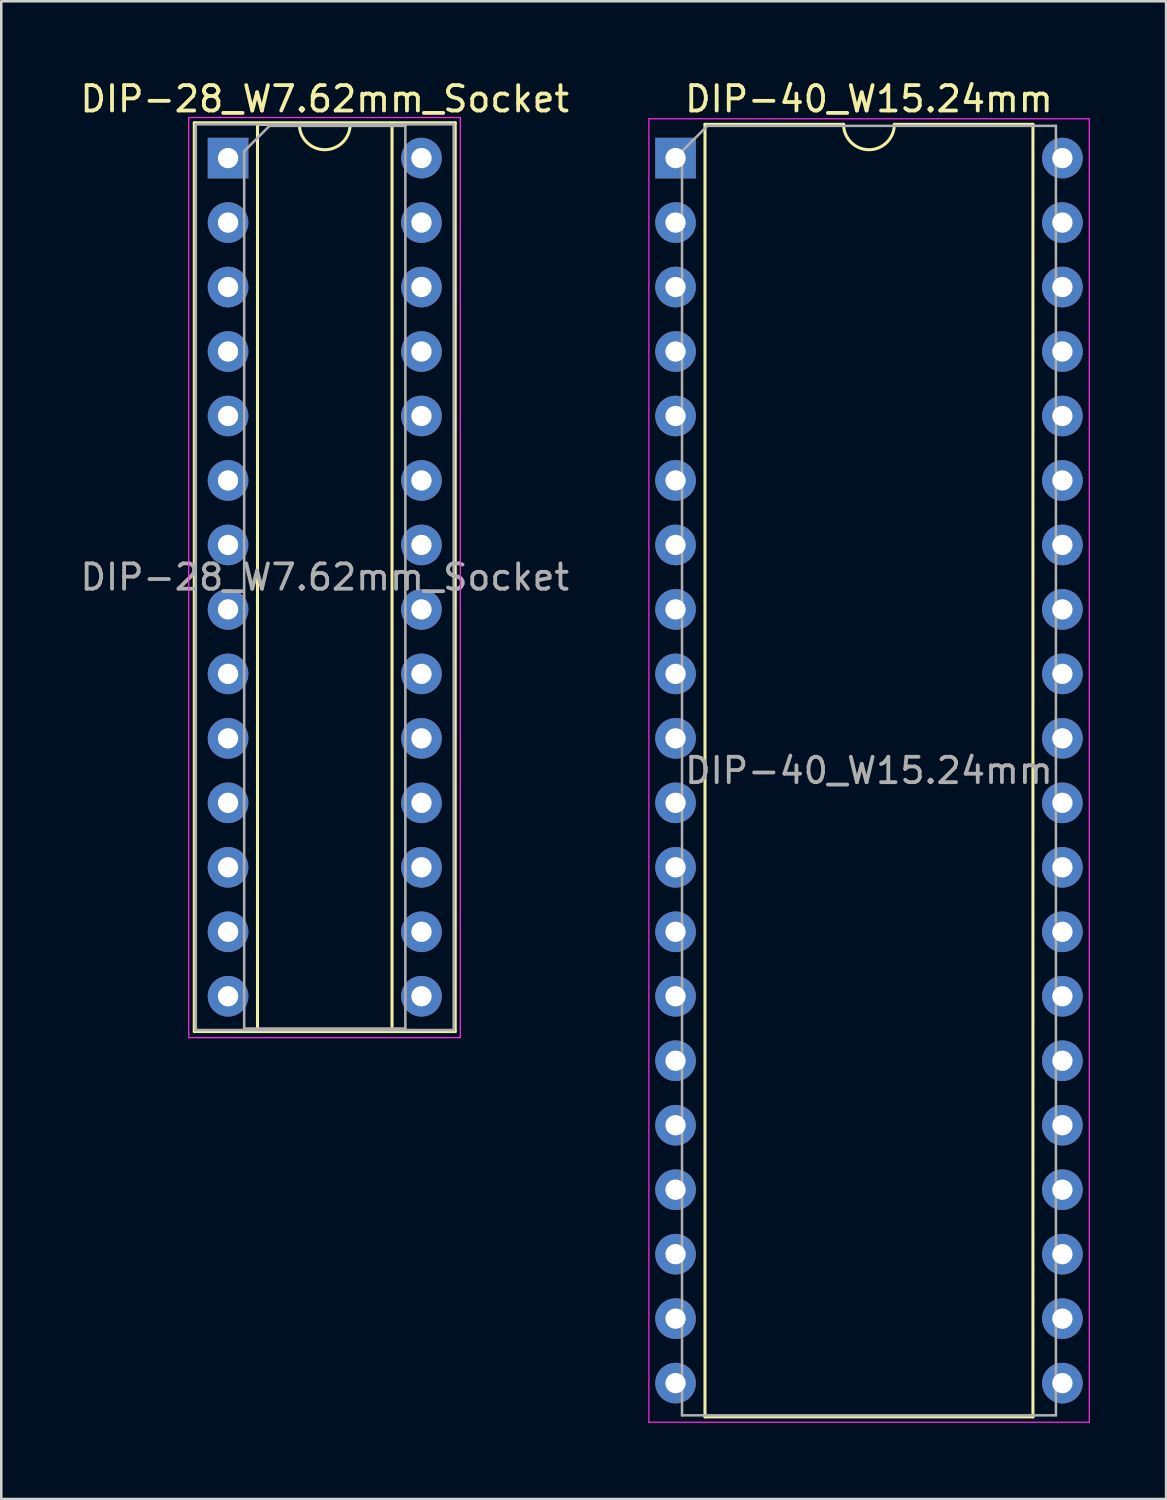
<source format=kicad_pcb>
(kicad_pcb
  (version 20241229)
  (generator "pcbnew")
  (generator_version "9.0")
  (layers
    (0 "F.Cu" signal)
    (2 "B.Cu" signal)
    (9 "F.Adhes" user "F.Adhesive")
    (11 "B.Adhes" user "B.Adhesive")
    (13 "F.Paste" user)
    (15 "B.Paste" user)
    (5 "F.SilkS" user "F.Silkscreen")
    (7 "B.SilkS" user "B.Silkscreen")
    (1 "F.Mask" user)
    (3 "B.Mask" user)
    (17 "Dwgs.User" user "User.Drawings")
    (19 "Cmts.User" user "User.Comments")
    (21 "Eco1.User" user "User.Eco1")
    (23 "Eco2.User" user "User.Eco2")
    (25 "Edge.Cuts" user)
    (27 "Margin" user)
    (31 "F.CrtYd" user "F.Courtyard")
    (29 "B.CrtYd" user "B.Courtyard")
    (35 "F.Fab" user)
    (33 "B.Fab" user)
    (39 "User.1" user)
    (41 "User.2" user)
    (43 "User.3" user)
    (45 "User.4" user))
  (footprint "DIP-28_W7.62mm_Socket"
    (layer "F.Cu")
    (at 5.934 3.178)
    (property "Reference" "DIP-28_W7.62mm_Socket" (at 3.81 -2.33 0) (layer "F.SilkS") (effects (font (size 1 1) (thickness 0.15))))
    (attr through_hole)
    (fp_line (start -1.33 -1.39) (end -1.33 34.41) (stroke (width 0.12) (type solid)) (layer "F.SilkS"))
    (fp_line (start -1.33 34.41) (end 8.95 34.41) (stroke (width 0.12) (type solid)) (layer "F.SilkS"))
    (fp_line (start 1.16 -1.33) (end 1.16 34.35) (stroke (width 0.12) (type solid)) (layer "F.SilkS"))
    (fp_line (start 1.16 34.35) (end 6.46 34.35) (stroke (width 0.12) (type solid)) (layer "F.SilkS"))
    (fp_line (start 2.81 -1.33) (end 1.16 -1.33) (stroke (width 0.12) (type solid)) (layer "F.SilkS"))
    (fp_line (start 6.46 -1.33) (end 4.81 -1.33) (stroke (width 0.12) (type solid)) (layer "F.SilkS"))
    (fp_line (start 6.46 34.35) (end 6.46 -1.33) (stroke (width 0.12) (type solid)) (layer "F.SilkS"))
    (fp_line (start 8.95 -1.39) (end -1.33 -1.39) (stroke (width 0.12) (type solid)) (layer "F.SilkS"))
    (fp_line (start 8.95 34.41) (end 8.95 -1.39) (stroke (width 0.12) (type solid)) (layer "F.SilkS"))
    (fp_arc (start 4.81 -1.33) (mid 3.81 -0.33) (end 2.81 -1.33) (stroke (width 0.12) (type solid)) (layer "F.SilkS"))
    (fp_line (start -1.55 -1.6) (end -1.55 34.65) (stroke (width 0.05) (type solid)) (layer "F.CrtYd"))
    (fp_line (start -1.55 34.65) (end 9.15 34.65) (stroke (width 0.05) (type solid)) (layer "F.CrtYd"))
    (fp_line (start 9.15 -1.6) (end -1.55 -1.6) (stroke (width 0.05) (type solid)) (layer "F.CrtYd"))
    (fp_line (start 9.15 34.65) (end 9.15 -1.6) (stroke (width 0.05) (type solid)) (layer "F.CrtYd"))
    (fp_line (start -1.27 -1.33) (end -1.27 34.35) (stroke (width 0.1) (type solid)) (layer "F.Fab"))
    (fp_line (start -1.27 34.35) (end 8.89 34.35) (stroke (width 0.1) (type solid)) (layer "F.Fab"))
    (fp_line (start 0.635 -0.27) (end 1.635 -1.27) (stroke (width 0.1) (type solid)) (layer "F.Fab"))
    (fp_line (start 0.635 34.29) (end 0.635 -0.27) (stroke (width 0.1) (type solid)) (layer "F.Fab"))
    (fp_line (start 1.635 -1.27) (end 6.985 -1.27) (stroke (width 0.1) (type solid)) (layer "F.Fab"))
    (fp_line (start 6.985 -1.27) (end 6.985 34.29) (stroke (width 0.1) (type solid)) (layer "F.Fab"))
    (fp_line (start 6.985 34.29) (end 0.635 34.29) (stroke (width 0.1) (type solid)) (layer "F.Fab"))
    (fp_line (start 8.89 -1.33) (end -1.27 -1.33) (stroke (width 0.1) (type solid)) (layer "F.Fab"))
    (fp_line (start 8.89 34.35) (end 8.89 -1.33) (stroke (width 0.1) (type solid)) (layer "F.Fab"))
    (fp_text user "${REFERENCE}" (at 3.81 16.51 0) (layer "F.Fab") (effects (font (size 1 1) (thickness 0.15))))
    (pad "1" thru_hole rect (at 0 0) (size 1.6 1.6) (drill 0.8) (layers "*.Cu" "*.Mask"))
    (pad "2" thru_hole oval (at 0 2.54) (size 1.6 1.6) (drill 0.8) (layers "*.Cu" "*.Mask"))
    (pad "3" thru_hole oval (at 0 5.08) (size 1.6 1.6) (drill 0.8) (layers "*.Cu" "*.Mask"))
    (pad "4" thru_hole oval (at 0 7.62) (size 1.6 1.6) (drill 0.8) (layers "*.Cu" "*.Mask"))
    (pad "5" thru_hole oval (at 0 10.16) (size 1.6 1.6) (drill 0.8) (layers "*.Cu" "*.Mask"))
    (pad "6" thru_hole oval (at 0 12.7) (size 1.6 1.6) (drill 0.8) (layers "*.Cu" "*.Mask"))
    (pad "7" thru_hole oval (at 0 15.24) (size 1.6 1.6) (drill 0.8) (layers "*.Cu" "*.Mask"))
    (pad "8" thru_hole oval (at 0 17.78) (size 1.6 1.6) (drill 0.8) (layers "*.Cu" "*.Mask"))
    (pad "9" thru_hole oval (at 0 20.32) (size 1.6 1.6) (drill 0.8) (layers "*.Cu" "*.Mask"))
    (pad "10" thru_hole oval (at 0 22.86) (size 1.6 1.6) (drill 0.8) (layers "*.Cu" "*.Mask"))
    (pad "11" thru_hole oval (at 0 25.4) (size 1.6 1.6) (drill 0.8) (layers "*.Cu" "*.Mask"))
    (pad "12" thru_hole oval (at 0 27.94) (size 1.6 1.6) (drill 0.8) (layers "*.Cu" "*.Mask"))
    (pad "13" thru_hole oval (at 0 30.48) (size 1.6 1.6) (drill 0.8) (layers "*.Cu" "*.Mask"))
    (pad "14" thru_hole oval (at 0 33.02) (size 1.6 1.6) (drill 0.8) (layers "*.Cu" "*.Mask"))
    (pad "15" thru_hole oval (at 7.62 33.02) (size 1.6 1.6) (drill 0.8) (layers "*.Cu" "*.Mask"))
    (pad "16" thru_hole oval (at 7.62 30.48) (size 1.6 1.6) (drill 0.8) (layers "*.Cu" "*.Mask"))
    (pad "17" thru_hole oval (at 7.62 27.94) (size 1.6 1.6) (drill 0.8) (layers "*.Cu" "*.Mask"))
    (pad "18" thru_hole oval (at 7.62 25.4) (size 1.6 1.6) (drill 0.8) (layers "*.Cu" "*.Mask"))
    (pad "19" thru_hole oval (at 7.62 22.86) (size 1.6 1.6) (drill 0.8) (layers "*.Cu" "*.Mask"))
    (pad "20" thru_hole oval (at 7.62 20.32) (size 1.6 1.6) (drill 0.8) (layers "*.Cu" "*.Mask"))
    (pad "21" thru_hole oval (at 7.62 17.78) (size 1.6 1.6) (drill 0.8) (layers "*.Cu" "*.Mask"))
    (pad "22" thru_hole oval (at 7.62 15.24) (size 1.6 1.6) (drill 0.8) (layers "*.Cu" "*.Mask"))
    (pad "23" thru_hole oval (at 7.62 12.7) (size 1.6 1.6) (drill 0.8) (layers "*.Cu" "*.Mask"))
    (pad "24" thru_hole oval (at 7.62 10.16) (size 1.6 1.6) (drill 0.8) (layers "*.Cu" "*.Mask"))
    (pad "25" thru_hole oval (at 7.62 7.62) (size 1.6 1.6) (drill 0.8) (layers "*.Cu" "*.Mask"))
    (pad "26" thru_hole oval (at 7.62 5.08) (size 1.6 1.6) (drill 0.8) (layers "*.Cu" "*.Mask"))
    (pad "27" thru_hole oval (at 7.62 2.54) (size 1.6 1.6) (drill 0.8) (layers "*.Cu" "*.Mask"))
    (pad "28" thru_hole oval (at 7.62 0) (size 1.6 1.6) (drill 0.8) (layers "*.Cu" "*.Mask")))
  (footprint "DIP-40_W15.24mm"
    (layer "F.Cu")
    (at 23.563 3.178)
    (property "Reference" "DIP-40_W15.24mm" (at 7.62 -2.33 0) (layer "F.SilkS") (effects (font (size 1 1) (thickness 0.15))))
    (attr through_hole)
    (fp_line (start 1.16 -1.33) (end 1.16 49.59) (stroke (width 0.12) (type solid)) (layer "F.SilkS"))
    (fp_line (start 1.16 49.59) (end 14.08 49.59) (stroke (width 0.12) (type solid)) (layer "F.SilkS"))
    (fp_line (start 6.62 -1.33) (end 1.16 -1.33) (stroke (width 0.12) (type solid)) (layer "F.SilkS"))
    (fp_line (start 14.08 -1.33) (end 8.62 -1.33) (stroke (width 0.12) (type solid)) (layer "F.SilkS"))
    (fp_line (start 14.08 49.59) (end 14.08 -1.33) (stroke (width 0.12) (type solid)) (layer "F.SilkS"))
    (fp_arc (start 8.62 -1.33) (mid 7.62 -0.33) (end 6.62 -1.33) (stroke (width 0.12) (type solid)) (layer "F.SilkS"))
    (fp_line (start -1.05 -1.55) (end -1.05 49.8) (stroke (width 0.05) (type solid)) (layer "F.CrtYd"))
    (fp_line (start -1.05 49.8) (end 16.3 49.8) (stroke (width 0.05) (type solid)) (layer "F.CrtYd"))
    (fp_line (start 16.3 -1.55) (end -1.05 -1.55) (stroke (width 0.05) (type solid)) (layer "F.CrtYd"))
    (fp_line (start 16.3 49.8) (end 16.3 -1.55) (stroke (width 0.05) (type solid)) (layer "F.CrtYd"))
    (fp_line (start 0.255 -0.27) (end 1.255 -1.27) (stroke (width 0.1) (type solid)) (layer "F.Fab"))
    (fp_line (start 0.255 49.53) (end 0.255 -0.27) (stroke (width 0.1) (type solid)) (layer "F.Fab"))
    (fp_line (start 1.255 -1.27) (end 14.985 -1.27) (stroke (width 0.1) (type solid)) (layer "F.Fab"))
    (fp_line (start 14.985 -1.27) (end 14.985 49.53) (stroke (width 0.1) (type solid)) (layer "F.Fab"))
    (fp_line (start 14.985 49.53) (end 0.255 49.53) (stroke (width 0.1) (type solid)) (layer "F.Fab"))
    (fp_text user "${REFERENCE}" (at 7.62 24.13 0) (layer "F.Fab") (effects (font (size 1 1) (thickness 0.15))))
    (pad "1" thru_hole rect (at 0 0) (size 1.6 1.6) (drill 0.8) (layers "*.Cu" "*.Mask"))
    (pad "2" thru_hole oval (at 0 2.54) (size 1.6 1.6) (drill 0.8) (layers "*.Cu" "*.Mask"))
    (pad "3" thru_hole oval (at 0 5.08) (size 1.6 1.6) (drill 0.8) (layers "*.Cu" "*.Mask"))
    (pad "4" thru_hole oval (at 0 7.62) (size 1.6 1.6) (drill 0.8) (layers "*.Cu" "*.Mask"))
    (pad "5" thru_hole oval (at 0 10.16) (size 1.6 1.6) (drill 0.8) (layers "*.Cu" "*.Mask"))
    (pad "6" thru_hole oval (at 0 12.7) (size 1.6 1.6) (drill 0.8) (layers "*.Cu" "*.Mask"))
    (pad "7" thru_hole oval (at 0 15.24) (size 1.6 1.6) (drill 0.8) (layers "*.Cu" "*.Mask"))
    (pad "8" thru_hole oval (at 0 17.78) (size 1.6 1.6) (drill 0.8) (layers "*.Cu" "*.Mask"))
    (pad "9" thru_hole oval (at 0 20.32) (size 1.6 1.6) (drill 0.8) (layers "*.Cu" "*.Mask"))
    (pad "10" thru_hole oval (at 0 22.86) (size 1.6 1.6) (drill 0.8) (layers "*.Cu" "*.Mask"))
    (pad "11" thru_hole oval (at 0 25.4) (size 1.6 1.6) (drill 0.8) (layers "*.Cu" "*.Mask"))
    (pad "12" thru_hole oval (at 0 27.94) (size 1.6 1.6) (drill 0.8) (layers "*.Cu" "*.Mask"))
    (pad "13" thru_hole oval (at 0 30.48) (size 1.6 1.6) (drill 0.8) (layers "*.Cu" "*.Mask"))
    (pad "14" thru_hole oval (at 0 33.02) (size 1.6 1.6) (drill 0.8) (layers "*.Cu" "*.Mask"))
    (pad "15" thru_hole oval (at 0 35.56) (size 1.6 1.6) (drill 0.8) (layers "*.Cu" "*.Mask"))
    (pad "16" thru_hole oval (at 0 38.1) (size 1.6 1.6) (drill 0.8) (layers "*.Cu" "*.Mask"))
    (pad "17" thru_hole oval (at 0 40.64) (size 1.6 1.6) (drill 0.8) (layers "*.Cu" "*.Mask"))
    (pad "18" thru_hole oval (at 0 43.18) (size 1.6 1.6) (drill 0.8) (layers "*.Cu" "*.Mask"))
    (pad "19" thru_hole oval (at 0 45.72) (size 1.6 1.6) (drill 0.8) (layers "*.Cu" "*.Mask"))
    (pad "20" thru_hole oval (at 0 48.26) (size 1.6 1.6) (drill 0.8) (layers "*.Cu" "*.Mask"))
    (pad "21" thru_hole oval (at 15.24 48.26) (size 1.6 1.6) (drill 0.8) (layers "*.Cu" "*.Mask"))
    (pad "22" thru_hole oval (at 15.24 45.72) (size 1.6 1.6) (drill 0.8) (layers "*.Cu" "*.Mask"))
    (pad "23" thru_hole oval (at 15.24 43.18) (size 1.6 1.6) (drill 0.8) (layers "*.Cu" "*.Mask"))
    (pad "24" thru_hole oval (at 15.24 40.64) (size 1.6 1.6) (drill 0.8) (layers "*.Cu" "*.Mask"))
    (pad "25" thru_hole oval (at 15.24 38.1) (size 1.6 1.6) (drill 0.8) (layers "*.Cu" "*.Mask"))
    (pad "26" thru_hole oval (at 15.24 35.56) (size 1.6 1.6) (drill 0.8) (layers "*.Cu" "*.Mask"))
    (pad "27" thru_hole oval (at 15.24 33.02) (size 1.6 1.6) (drill 0.8) (layers "*.Cu" "*.Mask"))
    (pad "28" thru_hole oval (at 15.24 30.48) (size 1.6 1.6) (drill 0.8) (layers "*.Cu" "*.Mask"))
    (pad "29" thru_hole oval (at 15.24 27.94) (size 1.6 1.6) (drill 0.8) (layers "*.Cu" "*.Mask"))
    (pad "30" thru_hole oval (at 15.24 25.4) (size 1.6 1.6) (drill 0.8) (layers "*.Cu" "*.Mask"))
    (pad "31" thru_hole oval (at 15.24 22.86) (size 1.6 1.6) (drill 0.8) (layers "*.Cu" "*.Mask"))
    (pad "32" thru_hole oval (at 15.24 20.32) (size 1.6 1.6) (drill 0.8) (layers "*.Cu" "*.Mask"))
    (pad "33" thru_hole oval (at 15.24 17.78) (size 1.6 1.6) (drill 0.8) (layers "*.Cu" "*.Mask"))
    (pad "34" thru_hole oval (at 15.24 15.24) (size 1.6 1.6) (drill 0.8) (layers "*.Cu" "*.Mask"))
    (pad "35" thru_hole oval (at 15.24 12.7) (size 1.6 1.6) (drill 0.8) (layers "*.Cu" "*.Mask"))
    (pad "36" thru_hole oval (at 15.24 10.16) (size 1.6 1.6) (drill 0.8) (layers "*.Cu" "*.Mask"))
    (pad "37" thru_hole oval (at 15.24 7.62) (size 1.6 1.6) (drill 0.8) (layers "*.Cu" "*.Mask"))
    (pad "38" thru_hole oval (at 15.24 5.08) (size 1.6 1.6) (drill 0.8) (layers "*.Cu" "*.Mask"))
    (pad "39" thru_hole oval (at 15.24 2.54) (size 1.6 1.6) (drill 0.8) (layers "*.Cu" "*.Mask"))
    (pad "40" thru_hole oval (at 15.24 0) (size 1.6 1.6) (drill 0.8) (layers "*.Cu" "*.Mask")))
  (gr_rect
    (start -3 -3)
    (end 42.888 56.003)
    (stroke (width 0.1) (type default))
    (fill no)
    (layer "Edge.Cuts")))
</source>
